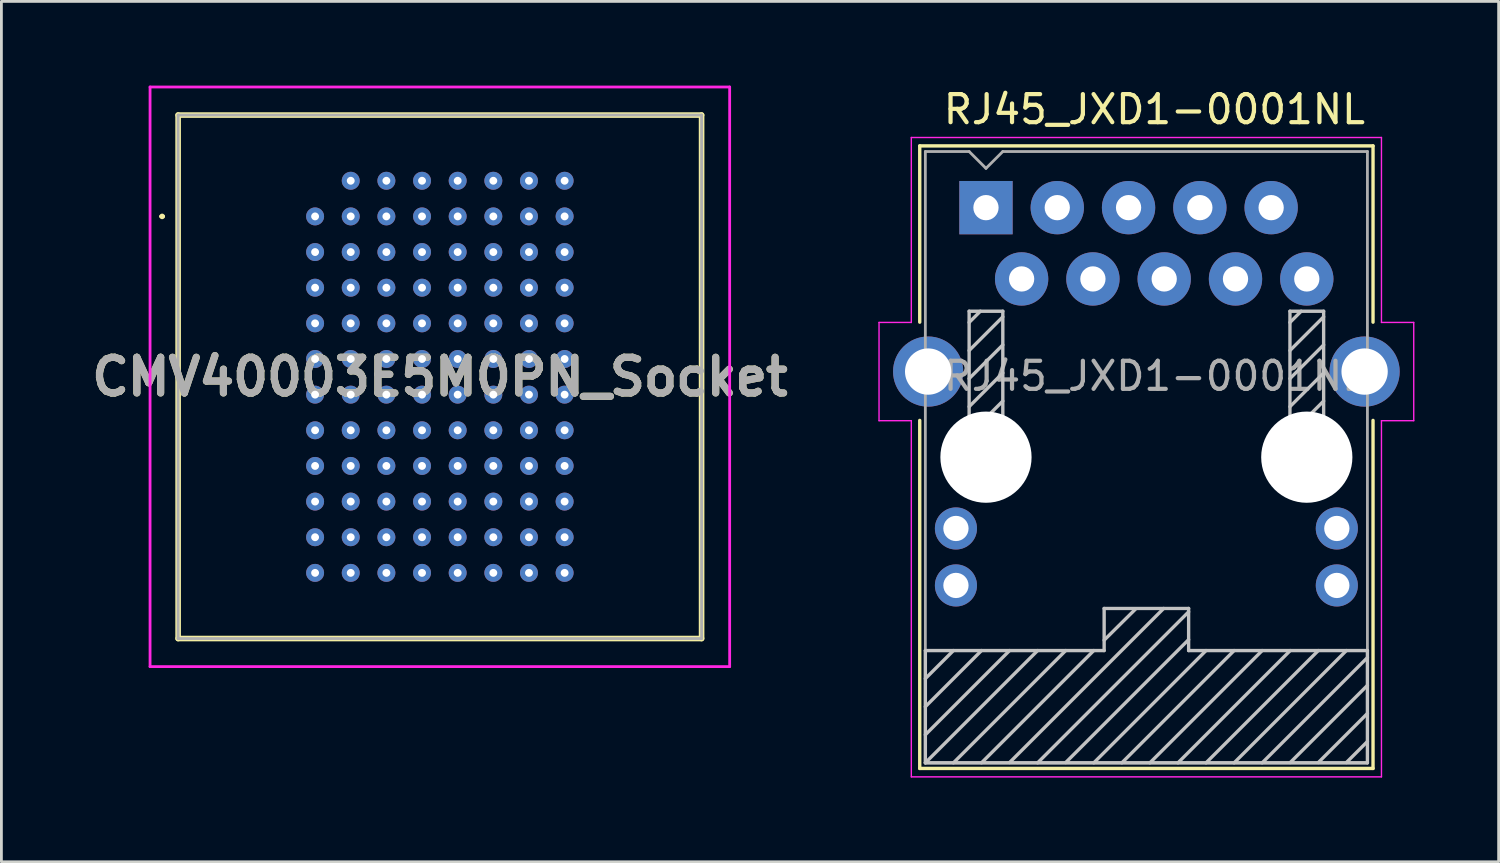
<source format=kicad_pcb>
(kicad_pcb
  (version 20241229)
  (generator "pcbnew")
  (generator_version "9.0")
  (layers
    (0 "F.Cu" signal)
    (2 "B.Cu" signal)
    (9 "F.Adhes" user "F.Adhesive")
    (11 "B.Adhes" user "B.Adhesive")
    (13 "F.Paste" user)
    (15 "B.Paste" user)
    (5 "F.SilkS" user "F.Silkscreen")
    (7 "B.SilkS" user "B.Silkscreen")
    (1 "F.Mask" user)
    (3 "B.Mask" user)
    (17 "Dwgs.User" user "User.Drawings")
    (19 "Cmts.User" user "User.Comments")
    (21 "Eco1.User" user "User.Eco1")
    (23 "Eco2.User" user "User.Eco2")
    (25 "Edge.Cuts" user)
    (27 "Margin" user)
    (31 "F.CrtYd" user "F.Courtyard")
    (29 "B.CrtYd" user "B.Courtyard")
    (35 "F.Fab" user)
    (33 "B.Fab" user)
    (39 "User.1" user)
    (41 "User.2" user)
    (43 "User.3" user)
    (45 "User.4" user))
  (footprint "RJ45_JXD1-0001NL"
    (layer "F.Cu")
    (at 44.578 15.778)
    (property "Reference" "RJ45_JXD1-0001NL" (at -6.5 -14.93 180) (layer "F.SilkS") (effects (font (size 1 1) (thickness 0.15))))
    (attr through_hole)
    (fp_line (start -14.86 -13.63) (end 1.29 -13.63) (stroke (width 0.12) (type solid)) (layer "F.SilkS"))
    (fp_line (start -14.86 -7.35) (end -14.86 -13.63) (stroke (width 0.12) (type solid)) (layer "F.SilkS"))
    (fp_line (start -14.86 8.55) (end -14.86 -3.85) (stroke (width 0.12) (type solid)) (layer "F.SilkS"))
    (fp_line (start 1.29 -7.35) (end 1.29 -13.63) (stroke (width 0.12) (type solid)) (layer "F.SilkS"))
    (fp_line (start 1.29 8.55) (end -14.86 8.55) (stroke (width 0.12) (type solid)) (layer "F.SilkS"))
    (fp_line (start 1.29 8.55) (end 1.29 -3.85) (stroke (width 0.12) (type solid)) (layer "F.SilkS"))
    (fp_line (start -14.66 4.35) (end -8.29 4.35) (stroke (width 0.12) (type solid)) (layer "Dwgs.User"))
    (fp_line (start -14.66 5.35) (end -13.66 4.35) (stroke (width 0.12) (type solid)) (layer "Dwgs.User"))
    (fp_line (start -14.66 6.35) (end -12.66 4.35) (stroke (width 0.12) (type solid)) (layer "Dwgs.User"))
    (fp_line (start -14.66 7.35) (end -11.66 4.35) (stroke (width 0.12) (type solid)) (layer "Dwgs.User"))
    (fp_line (start -14.66 8.35) (end -14.66 4.35) (stroke (width 0.12) (type solid)) (layer "Dwgs.User"))
    (fp_line (start -14.66 8.35) (end -10.66 4.35) (stroke (width 0.12) (type solid)) (layer "Dwgs.User"))
    (fp_line (start -13.66 8.35) (end -9.66 4.35) (stroke (width 0.12) (type solid)) (layer "Dwgs.User"))
    (fp_line (start -13.1 -7.74) (end -13.1 -2.34) (stroke (width 0.12) (type solid)) (layer "Dwgs.User"))
    (fp_line (start -13.1 -7.34) (end -12.7 -7.74) (stroke (width 0.12) (type solid)) (layer "Dwgs.User"))
    (fp_line (start -13.1 -6.34) (end -11.9 -7.54) (stroke (width 0.12) (type solid)) (layer "Dwgs.User"))
    (fp_line (start -13.1 -5.34) (end -11.9 -6.54) (stroke (width 0.12) (type solid)) (layer "Dwgs.User"))
    (fp_line (start -13.1 -4.34) (end -11.9 -5.54) (stroke (width 0.12) (type solid)) (layer "Dwgs.User"))
    (fp_line (start -13.1 -3.34) (end -11.9 -4.54) (stroke (width 0.12) (type solid)) (layer "Dwgs.User"))
    (fp_line (start -13.1 -2.34) (end -11.9 -3.54) (stroke (width 0.12) (type solid)) (layer "Dwgs.User"))
    (fp_line (start -13.1 -2.34) (end -11.9 -2.34) (stroke (width 0.12) (type solid)) (layer "Dwgs.User"))
    (fp_line (start -12.66 8.35) (end -8.66 4.35) (stroke (width 0.12) (type solid)) (layer "Dwgs.User"))
    (fp_line (start -11.9 -7.74) (end -13.1 -7.74) (stroke (width 0.12) (type solid)) (layer "Dwgs.User"))
    (fp_line (start -11.9 -2.34) (end -11.9 -7.74) (stroke (width 0.12) (type solid)) (layer "Dwgs.User"))
    (fp_line (start -11.66 8.34) (end -6.17 2.85) (stroke (width 0.12) (type solid)) (layer "Dwgs.User"))
    (fp_line (start -10.66 8.35) (end -5.28 2.97) (stroke (width 0.12) (type solid)) (layer "Dwgs.User"))
    (fp_line (start -9.66 8.34) (end -5.28 3.96) (stroke (width 0.12) (type solid)) (layer "Dwgs.User"))
    (fp_line (start -8.66 8.35) (end -4.66 4.35) (stroke (width 0.12) (type solid)) (layer "Dwgs.User"))
    (fp_line (start -8.29 2.85) (end -5.28 2.85) (stroke (width 0.12) (type solid)) (layer "Dwgs.User"))
    (fp_line (start -8.29 3.98) (end -7.16 2.86) (stroke (width 0.12) (type solid)) (layer "Dwgs.User"))
    (fp_line (start -8.29 4.35) (end -8.29 2.85) (stroke (width 0.12) (type solid)) (layer "Dwgs.User"))
    (fp_line (start -7.66 8.35) (end -3.66 4.35) (stroke (width 0.12) (type solid)) (layer "Dwgs.User"))
    (fp_line (start -6.66 8.35) (end -2.66 4.35) (stroke (width 0.12) (type solid)) (layer "Dwgs.User"))
    (fp_line (start -5.66 8.35) (end -1.66 4.35) (stroke (width 0.12) (type solid)) (layer "Dwgs.User"))
    (fp_line (start -5.28 2.85) (end -5.28 4.35) (stroke (width 0.12) (type solid)) (layer "Dwgs.User"))
    (fp_line (start -5.28 4.35) (end 1.09 4.35) (stroke (width 0.12) (type solid)) (layer "Dwgs.User"))
    (fp_line (start -4.66 8.35) (end -0.66 4.35) (stroke (width 0.12) (type solid)) (layer "Dwgs.User"))
    (fp_line (start -3.66 8.35) (end 0.34 4.35) (stroke (width 0.12) (type solid)) (layer "Dwgs.User"))
    (fp_line (start -2.66 8.35) (end 1.09 4.6) (stroke (width 0.12) (type solid)) (layer "Dwgs.User"))
    (fp_line (start -1.67 -7.74) (end -1.67 -2.34) (stroke (width 0.12) (type solid)) (layer "Dwgs.User"))
    (fp_line (start -1.67 -7.34) (end -1.27 -7.74) (stroke (width 0.12) (type solid)) (layer "Dwgs.User"))
    (fp_line (start -1.67 -6.34) (end -0.47 -7.54) (stroke (width 0.12) (type solid)) (layer "Dwgs.User"))
    (fp_line (start -1.67 -5.34) (end -0.47 -6.54) (stroke (width 0.12) (type solid)) (layer "Dwgs.User"))
    (fp_line (start -1.67 -4.34) (end -0.47 -5.54) (stroke (width 0.12) (type solid)) (layer "Dwgs.User"))
    (fp_line (start -1.67 -3.34) (end -0.47 -4.54) (stroke (width 0.12) (type solid)) (layer "Dwgs.User"))
    (fp_line (start -1.67 -2.34) (end -0.47 -3.54) (stroke (width 0.12) (type solid)) (layer "Dwgs.User"))
    (fp_line (start -1.67 -2.34) (end -0.47 -2.34) (stroke (width 0.12) (type solid)) (layer "Dwgs.User"))
    (fp_line (start -1.66 8.34) (end 1.09 5.59) (stroke (width 0.12) (type solid)) (layer "Dwgs.User"))
    (fp_line (start -0.66 8.34) (end 1.09 6.59) (stroke (width 0.12) (type solid)) (layer "Dwgs.User"))
    (fp_line (start -0.47 -7.74) (end -1.67 -7.74) (stroke (width 0.12) (type solid)) (layer "Dwgs.User"))
    (fp_line (start -0.47 -2.34) (end -0.47 -7.74) (stroke (width 0.12) (type solid)) (layer "Dwgs.User"))
    (fp_line (start 0.34 8.34) (end 1.09 7.59) (stroke (width 0.12) (type solid)) (layer "Dwgs.User"))
    (fp_line (start 1.09 4.35) (end 1.09 8.35) (stroke (width 0.12) (type solid)) (layer "Dwgs.User"))
    (fp_line (start 1.09 8.35) (end -14.66 8.35) (stroke (width 0.12) (type solid)) (layer "Dwgs.User"))
    (fp_line (start -16.31 -7.34) (end -16.31 -3.84) (stroke (width 0.05) (type solid)) (layer "F.CrtYd"))
    (fp_line (start -16.31 -3.84) (end -15.16 -3.84) (stroke (width 0.05) (type solid)) (layer "F.CrtYd"))
    (fp_line (start -15.16 -13.93) (end 1.59 -13.93) (stroke (width 0.05) (type solid)) (layer "F.CrtYd"))
    (fp_line (start -15.16 -7.34) (end -16.31 -7.34) (stroke (width 0.05) (type solid)) (layer "F.CrtYd"))
    (fp_line (start -15.16 -7.34) (end -15.16 -13.93) (stroke (width 0.05) (type solid)) (layer "F.CrtYd"))
    (fp_line (start -15.16 -3.84) (end -15.16 8.85) (stroke (width 0.05) (type solid)) (layer "F.CrtYd"))
    (fp_line (start 1.59 -13.93) (end 1.59 -7.34) (stroke (width 0.05) (type solid)) (layer "F.CrtYd"))
    (fp_line (start 1.59 -7.34) (end 2.74 -7.34) (stroke (width 0.05) (type solid)) (layer "F.CrtYd"))
    (fp_line (start 1.59 -3.84) (end 1.59 8.85) (stroke (width 0.05) (type solid)) (layer "F.CrtYd"))
    (fp_line (start 1.59 8.85) (end -15.16 8.85) (stroke (width 0.05) (type solid)) (layer "F.CrtYd"))
    (fp_line (start 2.74 -7.34) (end 2.74 -3.84) (stroke (width 0.05) (type solid)) (layer "F.CrtYd"))
    (fp_line (start 2.74 -3.84) (end 1.59 -3.84) (stroke (width 0.05) (type solid)) (layer "F.CrtYd"))
    (fp_line (start -14.66 8.35) (end -14.66 -13.43) (stroke (width 0.1) (type solid)) (layer "F.Fab"))
    (fp_line (start -13.1 -13.43) (end -14.66 -13.43) (stroke (width 0.1) (type solid)) (layer "F.Fab"))
    (fp_line (start -12.5 -12.83) (end -13.1 -13.43) (stroke (width 0.1) (type solid)) (layer "F.Fab"))
    (fp_line (start -12.5 -12.83) (end -11.9 -13.43) (stroke (width 0.1) (type solid)) (layer "F.Fab"))
    (fp_line (start -11.9 -13.43) (end 1.09 -13.43) (stroke (width 0.1) (type solid)) (layer "F.Fab"))
    (fp_line (start 1.09 -13.43) (end 1.09 8.35) (stroke (width 0.1) (type solid)) (layer "F.Fab"))
    (fp_line (start 1.09 8.35) (end -14.66 8.35) (stroke (width 0.1) (type solid)) (layer "F.Fab"))
    (fp_text user "${REFERENCE}" (at -6.5 -5.43 180) (layer "F.Fab") (effects (font (size 1 1) (thickness 0.15))))
    (pad "" np_thru_hole circle (at -12.5 -2.54) (size 3.25 3.25) (drill 3.25) (layers "*.Cu" "*.Mask"))
    (pad "" np_thru_hole circle (at -1.07 -2.54) (size 3.25 3.25) (drill 3.25) (layers "*.Cu" "*.Mask"))
    (pad "L1" thru_hole circle (at 0 0) (size 1.5 1.5) (drill 0.9) (layers "*.Cu" "*.Mask"))
    (pad "L2" thru_hole circle (at 0 2.03) (size 1.5 1.5) (drill 0.9) (layers "*.Cu" "*.Mask"))
    (pad "L3" thru_hole circle (at -13.57 0) (size 1.5 1.5) (drill 0.9) (layers "*.Cu" "*.Mask"))
    (pad "L4" thru_hole circle (at -13.57 2.03) (size 1.5 1.5) (drill 0.9) (layers "*.Cu" "*.Mask"))
    (pad "R1" thru_hole rect (at -12.5 -11.43) (size 1.9 1.9) (drill 0.9) (layers "*.Cu" "*.Mask"))
    (pad "R2" thru_hole circle (at -11.23 -8.89) (size 1.9 1.9) (drill 0.9) (layers "*.Cu" "*.Mask"))
    (pad "R3" thru_hole circle (at -9.96 -11.43) (size 1.9 1.9) (drill 0.9) (layers "*.Cu" "*.Mask"))
    (pad "R4" thru_hole circle (at -8.69 -8.89) (size 1.9 1.9) (drill 0.9) (layers "*.Cu" "*.Mask"))
    (pad "R5" thru_hole circle (at -7.42 -11.43) (size 1.9 1.9) (drill 0.9) (layers "*.Cu" "*.Mask"))
    (pad "R6" thru_hole circle (at -6.15 -8.89) (size 1.9 1.9) (drill 0.9) (layers "*.Cu" "*.Mask"))
    (pad "R7" thru_hole circle (at -4.88 -11.43) (size 1.9 1.9) (drill 0.9) (layers "*.Cu" "*.Mask"))
    (pad "R8" thru_hole circle (at -3.61 -8.89) (size 1.9 1.9) (drill 0.9) (layers "*.Cu" "*.Mask"))
    (pad "R9" thru_hole circle (at -2.34 -11.43) (size 1.9 1.9) (drill 0.9) (layers "*.Cu" "*.Mask"))
    (pad "R10" thru_hole circle (at -1.07 -8.89) (size 1.9 1.9) (drill 0.9) (layers "*.Cu" "*.Mask"))
    (pad "SH" thru_hole circle (at -14.56 -5.59) (size 2.5 2.5) (drill 1.65) (layers "*.Cu" "*.Mask"))
    (pad "SH" thru_hole circle (at 0.99 -5.59) (size 2.5 2.5) (drill 1.65) (layers "*.Cu" "*.Mask")))
  (footprint "CMV40003E5M0PN_Socket"
    (layer "F.Cu")
    (at 8.176 4.66)
    (property "Reference" "CMV40003E5M0PN_Socket" (at 4.445 5.715 0) (layer "F.SilkS") (effects (font (size 1.27 1.27) (thickness 0.254))))
    (attr through_hole exclude_from_bom)
    (fp_line (start -5.5 0) (end -5.5 0) (stroke (width 0.1) (type solid)) (layer "F.SilkS"))
    (fp_line (start -5.4 0) (end -5.4 0) (stroke (width 0.1) (type solid)) (layer "F.SilkS"))
    (fp_line (start -4.88 -3.61) (end -4.88 15.04) (stroke (width 0.2) (type solid)) (layer "F.SilkS"))
    (fp_line (start -4.88 15.04) (end 13.77 15.04) (stroke (width 0.2) (type solid)) (layer "F.SilkS"))
    (fp_line (start 13.77 -3.61) (end -4.88 -3.61) (stroke (width 0.2) (type solid)) (layer "F.SilkS"))
    (fp_line (start 13.77 15.04) (end 13.77 -3.61) (stroke (width 0.2) (type solid)) (layer "F.SilkS"))
    (fp_arc (start -5.5 0) (mid -5.45 -0.05) (end -5.4 0) (stroke (width 0.1) (type solid)) (layer "F.SilkS"))
    (fp_arc (start -5.4 0) (mid -5.45 0.05) (end -5.5 0) (stroke (width 0.1) (type solid)) (layer "F.SilkS"))
    (fp_line (start -5.88 -4.61) (end -5.88 16.04) (stroke (width 0.1) (type solid)) (layer "F.CrtYd"))
    (fp_line (start -5.88 16.04) (end 14.77 16.04) (stroke (width 0.1) (type solid)) (layer "F.CrtYd"))
    (fp_line (start 14.77 -4.61) (end -5.88 -4.61) (stroke (width 0.1) (type solid)) (layer "F.CrtYd"))
    (fp_line (start 14.77 16.04) (end 14.77 -4.61) (stroke (width 0.1) (type solid)) (layer "F.CrtYd"))
    (fp_line (start -4.88 -3.61) (end -4.88 15.04) (stroke (width 0.1) (type solid)) (layer "F.Fab"))
    (fp_line (start -4.88 15.04) (end 13.77 15.04) (stroke (width 0.1) (type solid)) (layer "F.Fab"))
    (fp_line (start 13.77 -3.61) (end -4.88 -3.61) (stroke (width 0.1) (type solid)) (layer "F.Fab"))
    (fp_line (start 13.77 15.04) (end 13.77 -3.61) (stroke (width 0.1) (type solid)) (layer "F.Fab"))
    (fp_text user "${REFERENCE}" (at 4.445 5.715 0) (layer "F.Fab") (effects (font (size 1.27 1.27) (thickness 0.254))))
    (pad "A2" thru_hole circle (at 0 0) (size 0.64 0.64) (drill 0.28) (layers "*.Cu" "*.Mask"))
    (pad "A3" thru_hole circle (at 0 1.27) (size 0.64 0.64) (drill 0.28) (layers "*.Cu" "*.Mask"))
    (pad "A4" thru_hole circle (at 0 2.54) (size 0.64 0.64) (drill 0.28) (layers "*.Cu" "*.Mask"))
    (pad "A5" thru_hole circle (at 0 3.81) (size 0.64 0.64) (drill 0.28) (layers "*.Cu" "*.Mask"))
    (pad "A6" thru_hole circle (at 0 5.08) (size 0.64 0.64) (drill 0.28) (layers "*.Cu" "*.Mask"))
    (pad "A7" thru_hole circle (at 0 6.35) (size 0.64 0.64) (drill 0.28) (layers "*.Cu" "*.Mask"))
    (pad "A8" thru_hole circle (at 0 7.62) (size 0.64 0.64) (drill 0.28) (layers "*.Cu" "*.Mask"))
    (pad "A9" thru_hole circle (at 0 8.89) (size 0.64 0.64) (drill 0.28) (layers "*.Cu" "*.Mask"))
    (pad "A10" thru_hole circle (at 0 10.16) (size 0.64 0.64) (drill 0.28) (layers "*.Cu" "*.Mask"))
    (pad "A11" thru_hole circle (at 0 11.43) (size 0.64 0.64) (drill 0.28) (layers "*.Cu" "*.Mask"))
    (pad "A12" thru_hole circle (at 0 12.7) (size 0.64 0.64) (drill 0.28) (layers "*.Cu" "*.Mask"))
    (pad "B1" thru_hole circle (at 1.27 -1.27) (size 0.64 0.64) (drill 0.28) (layers "*.Cu" "*.Mask"))
    (pad "B2" thru_hole circle (at 1.27 0) (size 0.64 0.64) (drill 0.28) (layers "*.Cu" "*.Mask"))
    (pad "B3" thru_hole circle (at 1.27 1.27) (size 0.64 0.64) (drill 0.28) (layers "*.Cu" "*.Mask"))
    (pad "B4" thru_hole circle (at 1.27 2.54) (size 0.64 0.64) (drill 0.28) (layers "*.Cu" "*.Mask"))
    (pad "B5" thru_hole circle (at 1.27 3.81) (size 0.64 0.64) (drill 0.28) (layers "*.Cu" "*.Mask"))
    (pad "B6" thru_hole circle (at 1.27 5.08) (size 0.64 0.64) (drill 0.28) (layers "*.Cu" "*.Mask"))
    (pad "B7" thru_hole circle (at 1.27 6.35) (size 0.64 0.64) (drill 0.28) (layers "*.Cu" "*.Mask"))
    (pad "B8" thru_hole circle (at 1.27 7.62) (size 0.64 0.64) (drill 0.28) (layers "*.Cu" "*.Mask"))
    (pad "B9" thru_hole circle (at 1.27 8.89) (size 0.64 0.64) (drill 0.28) (layers "*.Cu" "*.Mask"))
    (pad "B10" thru_hole circle (at 1.27 10.16) (size 0.64 0.64) (drill 0.28) (layers "*.Cu" "*.Mask"))
    (pad "B11" thru_hole circle (at 1.27 11.43) (size 0.64 0.64) (drill 0.28) (layers "*.Cu" "*.Mask"))
    (pad "B12" thru_hole circle (at 1.27 12.7) (size 0.64 0.64) (drill 0.28) (layers "*.Cu" "*.Mask"))
    (pad "C1" thru_hole circle (at 2.54 -1.27) (size 0.64 0.64) (drill 0.28) (layers "*.Cu" "*.Mask"))
    (pad "C2" thru_hole circle (at 2.54 0) (size 0.64 0.64) (drill 0.28) (layers "*.Cu" "*.Mask"))
    (pad "C3" thru_hole circle (at 2.54 1.27) (size 0.64 0.64) (drill 0.28) (layers "*.Cu" "*.Mask"))
    (pad "C4" thru_hole circle (at 2.54 2.54) (size 0.64 0.64) (drill 0.28) (layers "*.Cu" "*.Mask"))
    (pad "C5" thru_hole circle (at 2.54 3.81) (size 0.64 0.64) (drill 0.28) (layers "*.Cu" "*.Mask"))
    (pad "C6" thru_hole circle (at 2.54 5.08) (size 0.64 0.64) (drill 0.28) (layers "*.Cu" "*.Mask"))
    (pad "C7" thru_hole circle (at 2.54 6.35) (size 0.64 0.64) (drill 0.28) (layers "*.Cu" "*.Mask"))
    (pad "C8" thru_hole circle (at 2.54 7.62) (size 0.64 0.64) (drill 0.28) (layers "*.Cu" "*.Mask"))
    (pad "C9" thru_hole circle (at 2.54 8.89) (size 0.64 0.64) (drill 0.28) (layers "*.Cu" "*.Mask"))
    (pad "C10" thru_hole circle (at 2.54 10.16) (size 0.64 0.64) (drill 0.28) (layers "*.Cu" "*.Mask"))
    (pad "C11" thru_hole circle (at 2.54 11.43) (size 0.64 0.64) (drill 0.28) (layers "*.Cu" "*.Mask"))
    (pad "C12" thru_hole circle (at 2.54 12.7) (size 0.64 0.64) (drill 0.28) (layers "*.Cu" "*.Mask"))
    (pad "D1" thru_hole circle (at 3.81 -1.27) (size 0.64 0.64) (drill 0.28) (layers "*.Cu" "*.Mask"))
    (pad "D2" thru_hole circle (at 3.81 0) (size 0.64 0.64) (drill 0.28) (layers "*.Cu" "*.Mask"))
    (pad "D3" thru_hole circle (at 3.81 1.27) (size 0.64 0.64) (drill 0.28) (layers "*.Cu" "*.Mask"))
    (pad "D4" thru_hole circle (at 3.81 2.54) (size 0.64 0.64) (drill 0.28) (layers "*.Cu" "*.Mask"))
    (pad "D5" thru_hole circle (at 3.81 3.81) (size 0.64 0.64) (drill 0.28) (layers "*.Cu" "*.Mask"))
    (pad "D6" thru_hole circle (at 3.81 5.08) (size 0.64 0.64) (drill 0.28) (layers "*.Cu" "*.Mask"))
    (pad "D7" thru_hole circle (at 3.81 6.35) (size 0.64 0.64) (drill 0.28) (layers "*.Cu" "*.Mask"))
    (pad "D8" thru_hole circle (at 3.81 7.62) (size 0.64 0.64) (drill 0.28) (layers "*.Cu" "*.Mask"))
    (pad "D9" thru_hole circle (at 3.81 8.89) (size 0.64 0.64) (drill 0.28) (layers "*.Cu" "*.Mask"))
    (pad "D10" thru_hole circle (at 3.81 10.16) (size 0.64 0.64) (drill 0.28) (layers "*.Cu" "*.Mask"))
    (pad "D11" thru_hole circle (at 3.81 11.43) (size 0.64 0.64) (drill 0.28) (layers "*.Cu" "*.Mask"))
    (pad "D12" thru_hole circle (at 3.81 12.7) (size 0.64 0.64) (drill 0.28) (layers "*.Cu" "*.Mask"))
    (pad "E1" thru_hole circle (at 5.08 -1.27) (size 0.64 0.64) (drill 0.28) (layers "*.Cu" "*.Mask"))
    (pad "E2" thru_hole circle (at 5.08 0) (size 0.64 0.64) (drill 0.28) (layers "*.Cu" "*.Mask"))
    (pad "E3" thru_hole circle (at 5.08 1.27) (size 0.64 0.64) (drill 0.28) (layers "*.Cu" "*.Mask"))
    (pad "E4" thru_hole circle (at 5.08 2.54) (size 0.64 0.64) (drill 0.28) (layers "*.Cu" "*.Mask"))
    (pad "E5" thru_hole circle (at 5.08 3.81) (size 0.64 0.64) (drill 0.28) (layers "*.Cu" "*.Mask"))
    (pad "E6" thru_hole circle (at 5.08 5.08) (size 0.64 0.64) (drill 0.28) (layers "*.Cu" "*.Mask"))
    (pad "E7" thru_hole circle (at 5.08 6.35) (size 0.64 0.64) (drill 0.28) (layers "*.Cu" "*.Mask"))
    (pad "E8" thru_hole circle (at 5.08 7.62) (size 0.64 0.64) (drill 0.28) (layers "*.Cu" "*.Mask"))
    (pad "E9" thru_hole circle (at 5.08 8.89) (size 0.64 0.64) (drill 0.28) (layers "*.Cu" "*.Mask"))
    (pad "E10" thru_hole circle (at 5.08 10.16) (size 0.64 0.64) (drill 0.28) (layers "*.Cu" "*.Mask"))
    (pad "E11" thru_hole circle (at 5.08 11.43) (size 0.64 0.64) (drill 0.28) (layers "*.Cu" "*.Mask"))
    (pad "E12" thru_hole circle (at 5.08 12.7) (size 0.64 0.64) (drill 0.28) (layers "*.Cu" "*.Mask"))
    (pad "F1" thru_hole circle (at 6.35 -1.27) (size 0.64 0.64) (drill 0.28) (layers "*.Cu" "*.Mask"))
    (pad "F2" thru_hole circle (at 6.35 0) (size 0.64 0.64) (drill 0.28) (layers "*.Cu" "*.Mask"))
    (pad "F3" thru_hole circle (at 6.35 1.27) (size 0.64 0.64) (drill 0.28) (layers "*.Cu" "*.Mask"))
    (pad "F4" thru_hole circle (at 6.35 2.54) (size 0.64 0.64) (drill 0.28) (layers "*.Cu" "*.Mask"))
    (pad "F5" thru_hole circle (at 6.35 3.81) (size 0.64 0.64) (drill 0.28) (layers "*.Cu" "*.Mask"))
    (pad "F6" thru_hole circle (at 6.35 5.08) (size 0.64 0.64) (drill 0.28) (layers "*.Cu" "*.Mask"))
    (pad "F7" thru_hole circle (at 6.35 6.35) (size 0.64 0.64) (drill 0.28) (layers "*.Cu" "*.Mask"))
    (pad "F8" thru_hole circle (at 6.35 7.62) (size 0.64 0.64) (drill 0.28) (layers "*.Cu" "*.Mask"))
    (pad "F9" thru_hole circle (at 6.35 8.89) (size 0.64 0.64) (drill 0.28) (layers "*.Cu" "*.Mask"))
    (pad "F10" thru_hole circle (at 6.35 10.16) (size 0.64 0.64) (drill 0.28) (layers "*.Cu" "*.Mask"))
    (pad "F11" thru_hole circle (at 6.35 11.43) (size 0.64 0.64) (drill 0.28) (layers "*.Cu" "*.Mask"))
    (pad "F12" thru_hole circle (at 6.35 12.7) (size 0.64 0.64) (drill 0.28) (layers "*.Cu" "*.Mask"))
    (pad "G1" thru_hole circle (at 7.62 -1.27) (size 0.64 0.64) (drill 0.28) (layers "*.Cu" "*.Mask"))
    (pad "G2" thru_hole circle (at 7.62 0) (size 0.64 0.64) (drill 0.28) (layers "*.Cu" "*.Mask"))
    (pad "G3" thru_hole circle (at 7.62 1.27) (size 0.64 0.64) (drill 0.28) (layers "*.Cu" "*.Mask"))
    (pad "G4" thru_hole circle (at 7.62 2.54) (size 0.64 0.64) (drill 0.28) (layers "*.Cu" "*.Mask"))
    (pad "G5" thru_hole circle (at 7.62 3.81) (size 0.64 0.64) (drill 0.28) (layers "*.Cu" "*.Mask"))
    (pad "G6" thru_hole circle (at 7.62 5.08) (size 0.64 0.64) (drill 0.28) (layers "*.Cu" "*.Mask"))
    (pad "G7" thru_hole circle (at 7.62 6.35) (size 0.64 0.64) (drill 0.28) (layers "*.Cu" "*.Mask"))
    (pad "G8" thru_hole circle (at 7.62 7.62) (size 0.64 0.64) (drill 0.28) (layers "*.Cu" "*.Mask"))
    (pad "G9" thru_hole circle (at 7.62 8.89) (size 0.64 0.64) (drill 0.28) (layers "*.Cu" "*.Mask"))
    (pad "G10" thru_hole circle (at 7.62 10.16) (size 0.64 0.64) (drill 0.28) (layers "*.Cu" "*.Mask"))
    (pad "G11" thru_hole circle (at 7.62 11.43) (size 0.64 0.64) (drill 0.28) (layers "*.Cu" "*.Mask"))
    (pad "G12" thru_hole circle (at 7.62 12.7) (size 0.64 0.64) (drill 0.28) (layers "*.Cu" "*.Mask"))
    (pad "H1" thru_hole circle (at 8.89 -1.27) (size 0.64 0.64) (drill 0.28) (layers "*.Cu" "*.Mask"))
    (pad "H2" thru_hole circle (at 8.89 0) (size 0.64 0.64) (drill 0.28) (layers "*.Cu" "*.Mask"))
    (pad "H3" thru_hole circle (at 8.89 1.27) (size 0.64 0.64) (drill 0.28) (layers "*.Cu" "*.Mask"))
    (pad "H4" thru_hole circle (at 8.89 2.54) (size 0.64 0.64) (drill 0.28) (layers "*.Cu" "*.Mask"))
    (pad "H5" thru_hole circle (at 8.89 3.81) (size 0.64 0.64) (drill 0.28) (layers "*.Cu" "*.Mask"))
    (pad "H6" thru_hole circle (at 8.89 5.08) (size 0.64 0.64) (drill 0.28) (layers "*.Cu" "*.Mask"))
    (pad "H7" thru_hole circle (at 8.89 6.35) (size 0.64 0.64) (drill 0.28) (layers "*.Cu" "*.Mask"))
    (pad "H8" thru_hole circle (at 8.89 7.62) (size 0.64 0.64) (drill 0.28) (layers "*.Cu" "*.Mask"))
    (pad "H9" thru_hole circle (at 8.89 8.89) (size 0.64 0.64) (drill 0.28) (layers "*.Cu" "*.Mask"))
    (pad "H10" thru_hole circle (at 8.89 10.16) (size 0.64 0.64) (drill 0.28) (layers "*.Cu" "*.Mask"))
    (pad "H11" thru_hole circle (at 8.89 11.43) (size 0.64 0.64) (drill 0.28) (layers "*.Cu" "*.Mask"))
    (pad "H12" thru_hole circle (at 8.89 12.7) (size 0.64 0.64) (drill 0.28) (layers "*.Cu" "*.Mask")))
  (gr_rect
    (start -3 -3)
    (end 50.343 27.653)
    (stroke (width 0.1) (type default))
    (fill no)
    (layer "Edge.Cuts")))
</source>
